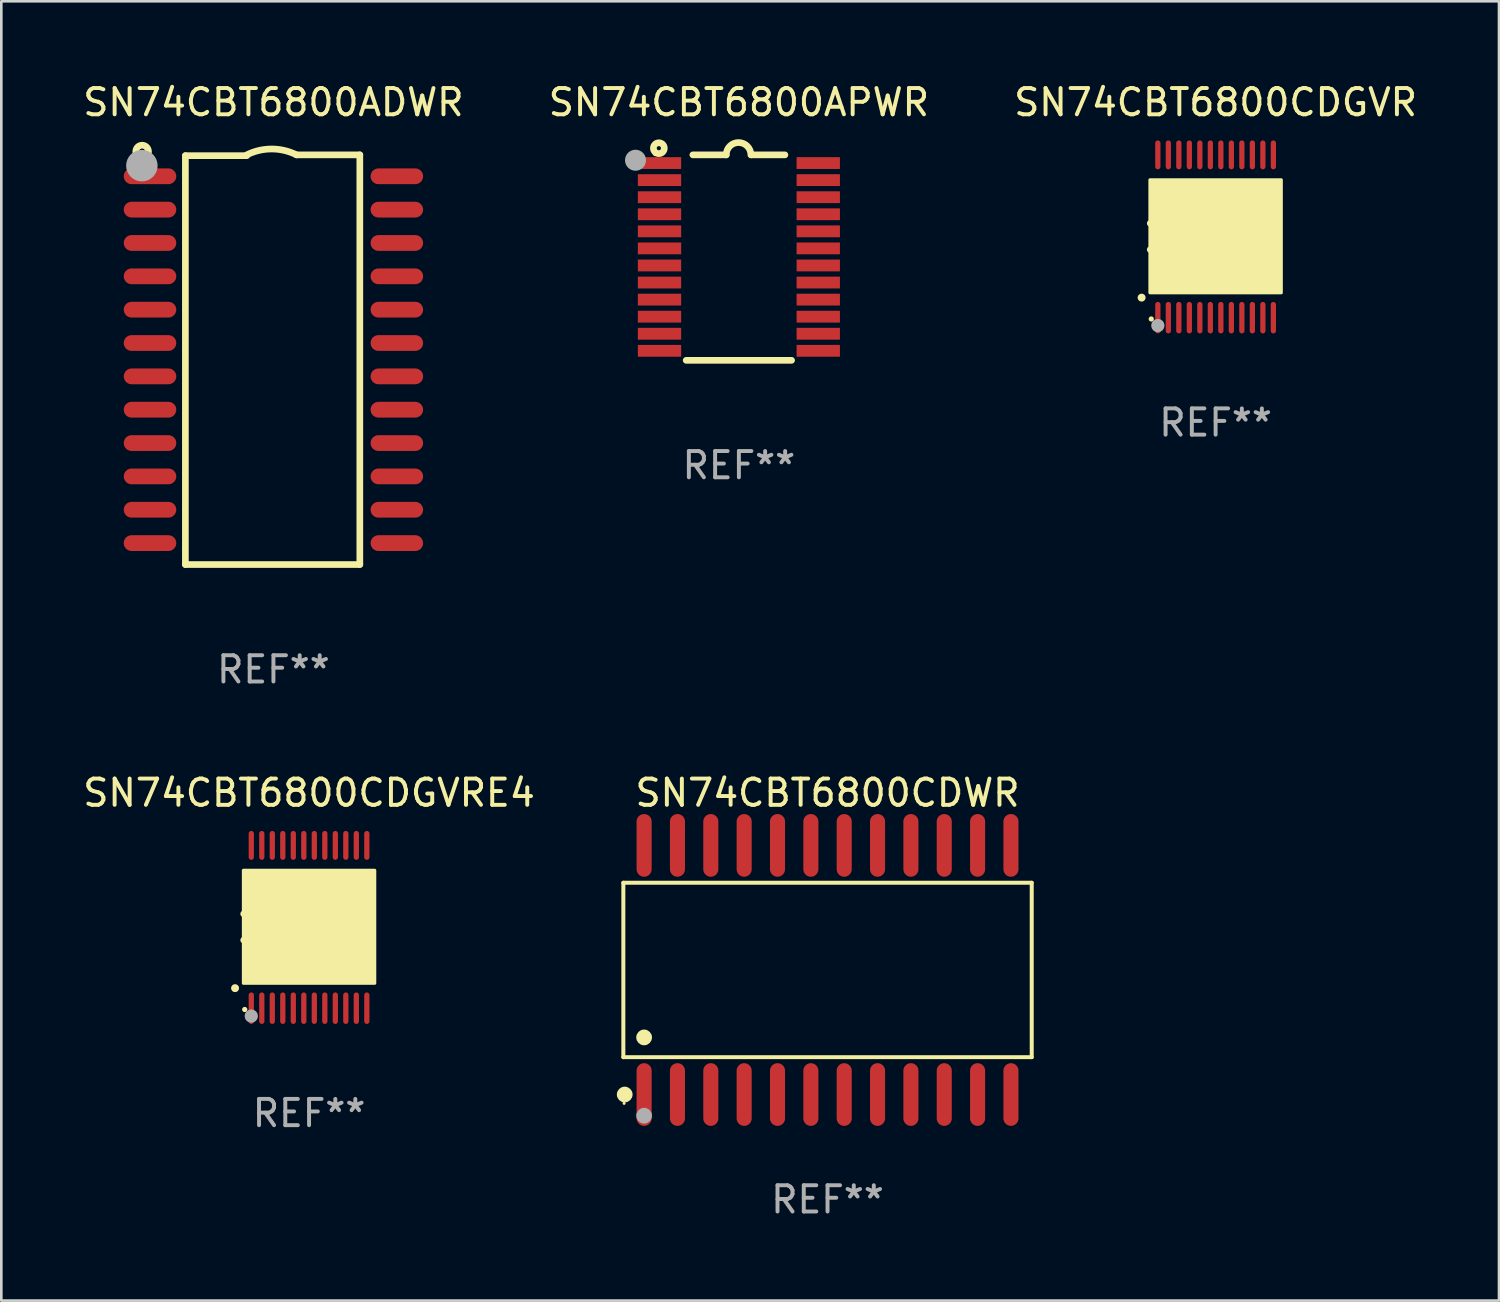
<source format=kicad_pcb>
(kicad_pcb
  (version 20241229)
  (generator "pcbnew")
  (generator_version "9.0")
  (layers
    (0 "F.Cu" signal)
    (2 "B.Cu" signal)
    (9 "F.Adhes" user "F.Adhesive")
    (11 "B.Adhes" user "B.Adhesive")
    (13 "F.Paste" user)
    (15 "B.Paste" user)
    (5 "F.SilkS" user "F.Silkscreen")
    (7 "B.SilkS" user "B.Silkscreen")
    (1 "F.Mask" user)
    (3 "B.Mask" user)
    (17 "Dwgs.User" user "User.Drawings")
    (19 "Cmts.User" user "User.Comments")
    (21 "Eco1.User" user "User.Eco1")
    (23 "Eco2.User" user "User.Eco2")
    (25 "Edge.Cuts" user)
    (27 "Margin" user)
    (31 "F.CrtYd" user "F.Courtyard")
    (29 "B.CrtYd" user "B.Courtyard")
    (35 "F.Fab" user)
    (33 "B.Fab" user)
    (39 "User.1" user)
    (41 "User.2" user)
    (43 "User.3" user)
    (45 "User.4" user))
  (footprint "SN74CBT6800CDWR"
    (layer "F.Cu")
    (at 28.465 33.889)
    (property "Reference" "SN74CBT6800CDWR" (at 0 -6.744 0) (layer "F.SilkS") (effects (font (size 1 1) (thickness 0.15))))
    (attr through_hole)
    (fp_line (start -7.776 -3.321) (end 7.776 -3.321) (stroke (width 0.152) (type solid)) (layer "F.SilkS"))
    (fp_line (start -7.776 3.321) (end -7.776 -3.321) (stroke (width 0.152) (type solid)) (layer "F.SilkS"))
    (fp_line (start 7.776 -3.321) (end 7.776 3.321) (stroke (width 0.152) (type solid)) (layer "F.SilkS"))
    (fp_line (start 7.776 3.321) (end -7.776 3.321) (stroke (width 0.152) (type solid)) (layer "F.SilkS"))
    (fp_circle (center -7.747 5.08) (end -7.717 5.08) (stroke (width 0.06) (type solid)) (fill no) (layer "F.SilkS"))
    (fp_circle (center -7.724 4.744) (end -7.574 4.744) (stroke (width 0.3) (type solid)) (fill no) (layer "F.SilkS"))
    (fp_circle (center -6.985 2.569) (end -6.835 2.569) (stroke (width 0.3) (type solid)) (fill no) (layer "F.SilkS"))
    (fp_circle (center -6.985 5.55) (end -6.835 5.55) (stroke (width 0.3) (type solid)) (fill no) (layer "F.Fab"))
    (fp_text user "REF**" (at 0 8.744 0) (layer "F.Fab") (effects (font (size 1 1) (thickness 0.15))))
    (pad "1" smd oval (at -6.985 4.744) (size 0.574 2.388) (layers "F.Cu" "F.Mask" "F.Paste"))
    (pad "2" smd oval (at -5.715 4.744) (size 0.574 2.388) (layers "F.Cu" "F.Mask" "F.Paste"))
    (pad "3" smd oval (at -4.445 4.744) (size 0.574 2.388) (layers "F.Cu" "F.Mask" "F.Paste"))
    (pad "4" smd oval (at -3.175 4.744) (size 0.574 2.388) (layers "F.Cu" "F.Mask" "F.Paste"))
    (pad "5" smd oval (at -1.905 4.744) (size 0.574 2.388) (layers "F.Cu" "F.Mask" "F.Paste"))
    (pad "6" smd oval (at -0.635 4.744) (size 0.574 2.388) (layers "F.Cu" "F.Mask" "F.Paste"))
    (pad "7" smd oval (at 0.635 4.744) (size 0.574 2.388) (layers "F.Cu" "F.Mask" "F.Paste"))
    (pad "8" smd oval (at 1.905 4.744) (size 0.574 2.388) (layers "F.Cu" "F.Mask" "F.Paste"))
    (pad "9" smd oval (at 3.175 4.744) (size 0.574 2.388) (layers "F.Cu" "F.Mask" "F.Paste"))
    (pad "10" smd oval (at 4.445 4.744) (size 0.574 2.388) (layers "F.Cu" "F.Mask" "F.Paste"))
    (pad "11" smd oval (at 5.715 4.744) (size 0.574 2.388) (layers "F.Cu" "F.Mask" "F.Paste"))
    (pad "12" smd oval (at 6.985 4.744) (size 0.574 2.388) (layers "F.Cu" "F.Mask" "F.Paste"))
    (pad "13" smd oval (at 6.985 -4.744) (size 0.574 2.388) (layers "F.Cu" "F.Mask" "F.Paste"))
    (pad "14" smd oval (at 5.715 -4.744) (size 0.574 2.388) (layers "F.Cu" "F.Mask" "F.Paste"))
    (pad "15" smd oval (at 4.445 -4.744) (size 0.574 2.388) (layers "F.Cu" "F.Mask" "F.Paste"))
    (pad "16" smd oval (at 3.175 -4.744) (size 0.574 2.388) (layers "F.Cu" "F.Mask" "F.Paste"))
    (pad "17" smd oval (at 1.905 -4.744) (size 0.574 2.388) (layers "F.Cu" "F.Mask" "F.Paste"))
    (pad "18" smd oval (at 0.635 -4.744) (size 0.574 2.388) (layers "F.Cu" "F.Mask" "F.Paste"))
    (pad "19" smd oval (at -0.635 -4.744) (size 0.574 2.388) (layers "F.Cu" "F.Mask" "F.Paste"))
    (pad "20" smd oval (at -1.905 -4.744) (size 0.574 2.388) (layers "F.Cu" "F.Mask" "F.Paste"))
    (pad "21" smd oval (at -3.175 -4.744) (size 0.574 2.388) (layers "F.Cu" "F.Mask" "F.Paste"))
    (pad "22" smd oval (at -4.445 -4.744) (size 0.574 2.388) (layers "F.Cu" "F.Mask" "F.Paste"))
    (pad "23" smd oval (at -5.715 -4.744) (size 0.574 2.388) (layers "F.Cu" "F.Mask" "F.Paste"))
    (pad "24" smd oval (at -6.985 -4.744) (size 0.574 2.388) (layers "F.Cu" "F.Mask" "F.Paste")))
  (footprint "SN74CBT6800ADWR"
    (layer "F.Cu")
    (at 7.363 10.648)
    (property "Reference" "SN74CBT6800ADWR" (at 0 -9.8 0) (layer "F.SilkS") (effects (font (size 1 1) (thickness 0.15))))
    (attr through_hole)
    (fp_line (start -3.353 -7.77) (end -1.016 -7.77) (stroke (width 0.254) (type solid)) (layer "F.SilkS"))
    (fp_line (start -3.353 7.8) (end -3.353 -7.77) (stroke (width 0.254) (type solid)) (layer "F.SilkS"))
    (fp_line (start 0.881 -7.8) (end 3.29 -7.8) (stroke (width 0.254) (type solid)) (layer "F.SilkS"))
    (fp_line (start 3.29 -7.8) (end 3.29 7.8) (stroke (width 0.254) (type solid)) (layer "F.SilkS"))
    (fp_line (start 3.29 7.8) (end -3.353 7.8) (stroke (width 0.254) (type solid)) (layer "F.SilkS"))
    (fp_arc (start -1.015951 -7.800025) (mid -0.067691 -8.023879) (end 0.880569 -7.800025) (stroke (width 0.254001) (type solid)) (layer "F.SilkS"))
    (fp_circle (center -5 -7.927) (end -4.886 -7.927) (stroke (width 0.254) (type solid)) (fill no) (layer "F.SilkS"))
    (fp_circle (center -5.01 -7.39) (end -4.71 -7.39) (stroke (width 0.6) (type solid)) (fill no) (layer "F.Fab"))
    (fp_text user "REF**" (at 0 11.8 0) (layer "F.Fab") (effects (font (size 1 1) (thickness 0.15))))
    (pad "1" smd oval (at -4.7 -6.985 270) (size 0.6 2) (layers "F.Cu" "F.Mask" "F.Paste"))
    (pad "2" smd oval (at -4.7 -5.715 270) (size 0.6 2) (layers "F.Cu" "F.Mask" "F.Paste"))
    (pad "3" smd oval (at -4.7 -4.445 270) (size 0.6 2) (layers "F.Cu" "F.Mask" "F.Paste"))
    (pad "4" smd oval (at -4.7 -3.175 270) (size 0.6 2) (layers "F.Cu" "F.Mask" "F.Paste"))
    (pad "5" smd oval (at -4.7 -1.905 270) (size 0.6 2) (layers "F.Cu" "F.Mask" "F.Paste"))
    (pad "6" smd oval (at -4.7 -0.635 270) (size 0.6 2) (layers "F.Cu" "F.Mask" "F.Paste"))
    (pad "7" smd oval (at -4.7 0.635 270) (size 0.6 2) (layers "F.Cu" "F.Mask" "F.Paste"))
    (pad "8" smd oval (at -4.7 1.905 270) (size 0.6 2) (layers "F.Cu" "F.Mask" "F.Paste"))
    (pad "9" smd oval (at -4.7 3.175 270) (size 0.6 2) (layers "F.Cu" "F.Mask" "F.Paste"))
    (pad "10" smd oval (at -4.7 4.445 270) (size 0.6 2) (layers "F.Cu" "F.Mask" "F.Paste"))
    (pad "11" smd oval (at -4.7 5.715 270) (size 0.6 2) (layers "F.Cu" "F.Mask" "F.Paste"))
    (pad "12" smd oval (at -4.7 6.985 270) (size 0.6 2) (layers "F.Cu" "F.Mask" "F.Paste"))
    (pad "13" smd oval (at 4.7 6.985 270) (size 0.6 2) (layers "F.Cu" "F.Mask" "F.Paste"))
    (pad "14" smd oval (at 4.7 5.715 270) (size 0.6 2) (layers "F.Cu" "F.Mask" "F.Paste"))
    (pad "15" smd oval (at 4.7 4.445 270) (size 0.6 2) (layers "F.Cu" "F.Mask" "F.Paste"))
    (pad "16" smd oval (at 4.7 3.175 270) (size 0.6 2) (layers "F.Cu" "F.Mask" "F.Paste"))
    (pad "17" smd oval (at 4.7 1.905 270) (size 0.6 2) (layers "F.Cu" "F.Mask" "F.Paste"))
    (pad "18" smd oval (at 4.7 0.635 270) (size 0.6 2) (layers "F.Cu" "F.Mask" "F.Paste"))
    (pad "19" smd oval (at 4.7 -0.635 270) (size 0.6 2) (layers "F.Cu" "F.Mask" "F.Paste"))
    (pad "20" smd oval (at 4.7 -1.905 270) (size 0.6 2) (layers "F.Cu" "F.Mask" "F.Paste"))
    (pad "21" smd oval (at 4.7 -3.175 270) (size 0.6 2) (layers "F.Cu" "F.Mask" "F.Paste"))
    (pad "22" smd oval (at 4.7 -4.445 270) (size 0.6 2) (layers "F.Cu" "F.Mask" "F.Paste"))
    (pad "23" smd oval (at 4.7 -5.715 270) (size 0.6 2) (layers "F.Cu" "F.Mask" "F.Paste"))
    (pad "24" smd oval (at 4.7 -6.985 270) (size 0.6 2) (layers "F.Cu" "F.Mask" "F.Paste")))
  (footprint "SN74CBT6800CDGVRE4"
    (layer "F.Cu")
    (at 8.72 32.245)
    (property "Reference" "SN74CBT6800CDGVRE4" (at 0 -5.1 0) (layer "F.SilkS") (effects (font (size 1 1) (thickness 0.15))))
    (attr through_hole)
    (fp_arc (start -2.819355 2.336703) (mid -2.818085 2.336698) (end -2.816815 2.336703) (stroke (width 0.3) (type solid)) (layer "F.SilkS"))
    (fp_arc (start -2.489154 -0.492863) (mid -1.989154 0.007518) (end -2.489154 0.507899) (stroke (width 0.254001) (type solid)) (layer "F.SilkS"))
    (fp_circle (center -2.45 3.15) (end -2.4 3.15) (stroke (width 0.1) (type solid)) (fill no) (layer "F.SilkS"))
    (fp_poly (pts (xy -2.5 -2.15) (xy 2.5 -2.15) (xy 2.5 2.15) (xy -2.5 2.15)) (stroke (width 0.12) (type solid)) (fill yes) (layer "F.SilkS"))
    (fp_circle (center -2.2 3.4) (end -2.073 3.4) (stroke (width 0.254) (type solid)) (fill no) (layer "F.Fab"))
    (fp_text user "REF**" (at 0 7.1 0) (layer "F.Fab") (effects (font (size 1 1) (thickness 0.15))))
    (pad "1" smd oval (at -2.2 3.1 180) (size 0.2 1.2) (layers "F.Cu" "F.Mask" "F.Paste"))
    (pad "2" smd oval (at -1.8 3.1 180) (size 0.2 1.2) (layers "F.Cu" "F.Mask" "F.Paste"))
    (pad "3" smd oval (at -1.4 3.1 180) (size 0.2 1.2) (layers "F.Cu" "F.Mask" "F.Paste"))
    (pad "4" smd oval (at -1 3.1 180) (size 0.2 1.2) (layers "F.Cu" "F.Mask" "F.Paste"))
    (pad "5" smd oval (at -0.6 3.1 180) (size 0.2 1.2) (layers "F.Cu" "F.Mask" "F.Paste"))
    (pad "6" smd oval (at -0.2 3.1 180) (size 0.2 1.2) (layers "F.Cu" "F.Mask" "F.Paste"))
    (pad "7" smd oval (at 0.2 3.1 180) (size 0.2 1.2) (layers "F.Cu" "F.Mask" "F.Paste"))
    (pad "8" smd oval (at 0.6 3.1 180) (size 0.2 1.2) (layers "F.Cu" "F.Mask" "F.Paste"))
    (pad "9" smd oval (at 1 3.1 180) (size 0.2 1.2) (layers "F.Cu" "F.Mask" "F.Paste"))
    (pad "10" smd oval (at 1.4 3.1 180) (size 0.2 1.2) (layers "F.Cu" "F.Mask" "F.Paste"))
    (pad "11" smd oval (at 1.8 3.1 180) (size 0.2 1.2) (layers "F.Cu" "F.Mask" "F.Paste"))
    (pad "12" smd oval (at 2.2 3.1 180) (size 0.2 1.2) (layers "F.Cu" "F.Mask" "F.Paste"))
    (pad "13" smd oval (at 2.2 -3.1 180) (size 0.2 1.1) (layers "F.Cu" "F.Mask" "F.Paste"))
    (pad "14" smd oval (at 1.8 -3.1 180) (size 0.2 1.1) (layers "F.Cu" "F.Mask" "F.Paste"))
    (pad "15" smd oval (at 1.4 -3.1 180) (size 0.2 1.1) (layers "F.Cu" "F.Mask" "F.Paste"))
    (pad "16" smd oval (at 1 -3.1 180) (size 0.2 1.1) (layers "F.Cu" "F.Mask" "F.Paste"))
    (pad "17" smd oval (at 0.6 -3.1 180) (size 0.2 1.1) (layers "F.Cu" "F.Mask" "F.Paste"))
    (pad "18" smd oval (at 0.2 -3.1 180) (size 0.2 1.1) (layers "F.Cu" "F.Mask" "F.Paste"))
    (pad "19" smd oval (at -0.2 -3.1 180) (size 0.2 1.1) (layers "F.Cu" "F.Mask" "F.Paste"))
    (pad "20" smd oval (at -0.6 -3.1 180) (size 0.2 1.1) (layers "F.Cu" "F.Mask" "F.Paste"))
    (pad "21" smd oval (at -1 -3.1 180) (size 0.2 1.1) (layers "F.Cu" "F.Mask" "F.Paste"))
    (pad "22" smd oval (at -1.4 -3.1 180) (size 0.2 1.1) (layers "F.Cu" "F.Mask" "F.Paste"))
    (pad "23" smd oval (at -1.8 -3.1 180) (size 0.2 1.1) (layers "F.Cu" "F.Mask" "F.Paste"))
    (pad "24" smd oval (at -2.2 -3.1 180) (size 0.2 1.1) (layers "F.Cu" "F.Mask" "F.Paste")))
  (footprint "SN74CBT6800APWR"
    (layer "F.Cu")
    (at 25.089 6.76)
    (property "Reference" "SN74CBT6800APWR" (at 0 -5.912 0) (layer "F.SilkS") (effects (font (size 1 1) (thickness 0.15))))
    (attr through_hole)
    (fp_line (start -1.753 -3.912) (end -0.483 -3.912) (stroke (width 0.254) (type solid)) (layer "F.SilkS"))
    (fp_line (start 0.483 -3.912) (end 1.753 -3.912) (stroke (width 0.254) (type solid)) (layer "F.SilkS"))
    (fp_line (start 2.007 3.912) (end -2.007 3.912) (stroke (width 0.254) (type solid)) (layer "F.SilkS"))
    (fp_arc (start -0.482626 -3.911608) (mid -0.012725 -4.381509) (end 0.457176 -3.911608) (stroke (width 0.254001) (type solid)) (layer "F.SilkS"))
    (fp_circle (center -3.2 -3.925) (end -3.17 -3.925) (stroke (width 0.06) (type solid)) (fill no) (layer "F.SilkS"))
    (fp_circle (center -3.048 -4.166) (end -2.968 -4.166) (stroke (width 0.254) (type solid)) (fill no) (layer "F.SilkS"))
    (fp_circle (center -3.937 -3.708) (end -3.737 -3.708) (stroke (width 0.4) (type solid)) (fill no) (layer "F.Fab"))
    (fp_text user "REF**" (at 0 7.912 0) (layer "F.Fab") (effects (font (size 1 1) (thickness 0.15))))
    (pad "1" smd rect (at -3.023 -3.6) (size 1.65 0.45) (layers "F.Cu" "F.Mask" "F.Paste"))
    (pad "2" smd rect (at -3.023 -2.95) (size 1.65 0.45) (layers "F.Cu" "F.Mask" "F.Paste"))
    (pad "3" smd rect (at -3.023 -2.3) (size 1.65 0.45) (layers "F.Cu" "F.Mask" "F.Paste"))
    (pad "4" smd rect (at -3.023 -1.65) (size 1.65 0.45) (layers "F.Cu" "F.Mask" "F.Paste"))
    (pad "5" smd rect (at -3.023 -1) (size 1.65 0.45) (layers "F.Cu" "F.Mask" "F.Paste"))
    (pad "6" smd rect (at -3.023 -0.35) (size 1.65 0.45) (layers "F.Cu" "F.Mask" "F.Paste"))
    (pad "7" smd rect (at -3.023 0.3) (size 1.65 0.45) (layers "F.Cu" "F.Mask" "F.Paste"))
    (pad "8" smd rect (at -3.023 0.95) (size 1.65 0.45) (layers "F.Cu" "F.Mask" "F.Paste"))
    (pad "9" smd rect (at -3.023 1.6) (size 1.65 0.45) (layers "F.Cu" "F.Mask" "F.Paste"))
    (pad "10" smd rect (at -3.023 2.25) (size 1.65 0.45) (layers "F.Cu" "F.Mask" "F.Paste"))
    (pad "11" smd rect (at -3.023 2.9) (size 1.65 0.45) (layers "F.Cu" "F.Mask" "F.Paste"))
    (pad "12" smd rect (at -3.023 3.55) (size 1.65 0.45) (layers "F.Cu" "F.Mask" "F.Paste"))
    (pad "13" smd rect (at 3.023 3.55) (size 1.65 0.45) (layers "F.Cu" "F.Mask" "F.Paste"))
    (pad "14" smd rect (at 3.023 2.9) (size 1.65 0.45) (layers "F.Cu" "F.Mask" "F.Paste"))
    (pad "15" smd rect (at 3.023 2.25) (size 1.65 0.45) (layers "F.Cu" "F.Mask" "F.Paste"))
    (pad "16" smd rect (at 3.023 1.6) (size 1.65 0.45) (layers "F.Cu" "F.Mask" "F.Paste"))
    (pad "17" smd rect (at 3.023 0.95) (size 1.65 0.45) (layers "F.Cu" "F.Mask" "F.Paste"))
    (pad "18" smd rect (at 3.023 0.3) (size 1.65 0.45) (layers "F.Cu" "F.Mask" "F.Paste"))
    (pad "19" smd rect (at 3.023 -0.35) (size 1.65 0.45) (layers "F.Cu" "F.Mask" "F.Paste"))
    (pad "20" smd rect (at 3.023 -1) (size 1.65 0.45) (layers "F.Cu" "F.Mask" "F.Paste"))
    (pad "21" smd rect (at 3.023 -1.65) (size 1.65 0.45) (layers "F.Cu" "F.Mask" "F.Paste"))
    (pad "22" smd rect (at 3.023 -2.3) (size 1.65 0.45) (layers "F.Cu" "F.Mask" "F.Paste"))
    (pad "23" smd rect (at 3.023 -2.95) (size 1.65 0.45) (layers "F.Cu" "F.Mask" "F.Paste"))
    (pad "24" smd rect (at 3.023 -3.6) (size 1.65 0.45) (layers "F.Cu" "F.Mask" "F.Paste")))
  (footprint "SN74CBT6800CDGVR"
    (layer "F.Cu")
    (at 43.244 5.948)
    (property "Reference" "SN74CBT6800CDGVR" (at 0 -5.1 0) (layer "F.SilkS") (effects (font (size 1 1) (thickness 0.15))))
    (attr through_hole)
    (fp_arc (start -2.819355 2.336703) (mid -2.818085 2.336698) (end -2.816815 2.336703) (stroke (width 0.3) (type solid)) (layer "F.SilkS"))
    (fp_arc (start -2.489154 -0.492863) (mid -1.989154 0.007518) (end -2.489154 0.507899) (stroke (width 0.254001) (type solid)) (layer "F.SilkS"))
    (fp_circle (center -2.45 3.15) (end -2.4 3.15) (stroke (width 0.1) (type solid)) (fill no) (layer "F.SilkS"))
    (fp_poly (pts (xy -2.5 -2.15) (xy 2.5 -2.15) (xy 2.5 2.15) (xy -2.5 2.15)) (stroke (width 0.12) (type solid)) (fill yes) (layer "F.SilkS"))
    (fp_circle (center -2.2 3.4) (end -2.073 3.4) (stroke (width 0.254) (type solid)) (fill no) (layer "F.Fab"))
    (fp_text user "REF**" (at 0 7.1 0) (layer "F.Fab") (effects (font (size 1 1) (thickness 0.15))))
    (pad "1" smd oval (at -2.2 3.1 180) (size 0.2 1.2) (layers "F.Cu" "F.Mask" "F.Paste"))
    (pad "2" smd oval (at -1.8 3.1 180) (size 0.2 1.2) (layers "F.Cu" "F.Mask" "F.Paste"))
    (pad "3" smd oval (at -1.4 3.1 180) (size 0.2 1.2) (layers "F.Cu" "F.Mask" "F.Paste"))
    (pad "4" smd oval (at -1 3.1 180) (size 0.2 1.2) (layers "F.Cu" "F.Mask" "F.Paste"))
    (pad "5" smd oval (at -0.6 3.1 180) (size 0.2 1.2) (layers "F.Cu" "F.Mask" "F.Paste"))
    (pad "6" smd oval (at -0.2 3.1 180) (size 0.2 1.2) (layers "F.Cu" "F.Mask" "F.Paste"))
    (pad "7" smd oval (at 0.2 3.1 180) (size 0.2 1.2) (layers "F.Cu" "F.Mask" "F.Paste"))
    (pad "8" smd oval (at 0.6 3.1 180) (size 0.2 1.2) (layers "F.Cu" "F.Mask" "F.Paste"))
    (pad "9" smd oval (at 1 3.1 180) (size 0.2 1.2) (layers "F.Cu" "F.Mask" "F.Paste"))
    (pad "10" smd oval (at 1.4 3.1 180) (size 0.2 1.2) (layers "F.Cu" "F.Mask" "F.Paste"))
    (pad "11" smd oval (at 1.8 3.1 180) (size 0.2 1.2) (layers "F.Cu" "F.Mask" "F.Paste"))
    (pad "12" smd oval (at 2.2 3.1 180) (size 0.2 1.2) (layers "F.Cu" "F.Mask" "F.Paste"))
    (pad "13" smd oval (at 2.2 -3.1 180) (size 0.2 1.1) (layers "F.Cu" "F.Mask" "F.Paste"))
    (pad "14" smd oval (at 1.8 -3.1 180) (size 0.2 1.1) (layers "F.Cu" "F.Mask" "F.Paste"))
    (pad "15" smd oval (at 1.4 -3.1 180) (size 0.2 1.1) (layers "F.Cu" "F.Mask" "F.Paste"))
    (pad "16" smd oval (at 1 -3.1 180) (size 0.2 1.1) (layers "F.Cu" "F.Mask" "F.Paste"))
    (pad "17" smd oval (at 0.6 -3.1 180) (size 0.2 1.1) (layers "F.Cu" "F.Mask" "F.Paste"))
    (pad "18" smd oval (at 0.2 -3.1 180) (size 0.2 1.1) (layers "F.Cu" "F.Mask" "F.Paste"))
    (pad "19" smd oval (at -0.2 -3.1 180) (size 0.2 1.1) (layers "F.Cu" "F.Mask" "F.Paste"))
    (pad "20" smd oval (at -0.6 -3.1 180) (size 0.2 1.1) (layers "F.Cu" "F.Mask" "F.Paste"))
    (pad "21" smd oval (at -1 -3.1 180) (size 0.2 1.1) (layers "F.Cu" "F.Mask" "F.Paste"))
    (pad "22" smd oval (at -1.4 -3.1 180) (size 0.2 1.1) (layers "F.Cu" "F.Mask" "F.Paste"))
    (pad "23" smd oval (at -1.8 -3.1 180) (size 0.2 1.1) (layers "F.Cu" "F.Mask" "F.Paste"))
    (pad "24" smd oval (at -2.2 -3.1 180) (size 0.2 1.1) (layers "F.Cu" "F.Mask" "F.Paste")))
  (gr_rect
    (start -3 -3)
    (end 54.036 46.481)
    (stroke (width 0.1) (type default))
    (fill no)
    (layer "Edge.Cuts")))
</source>
